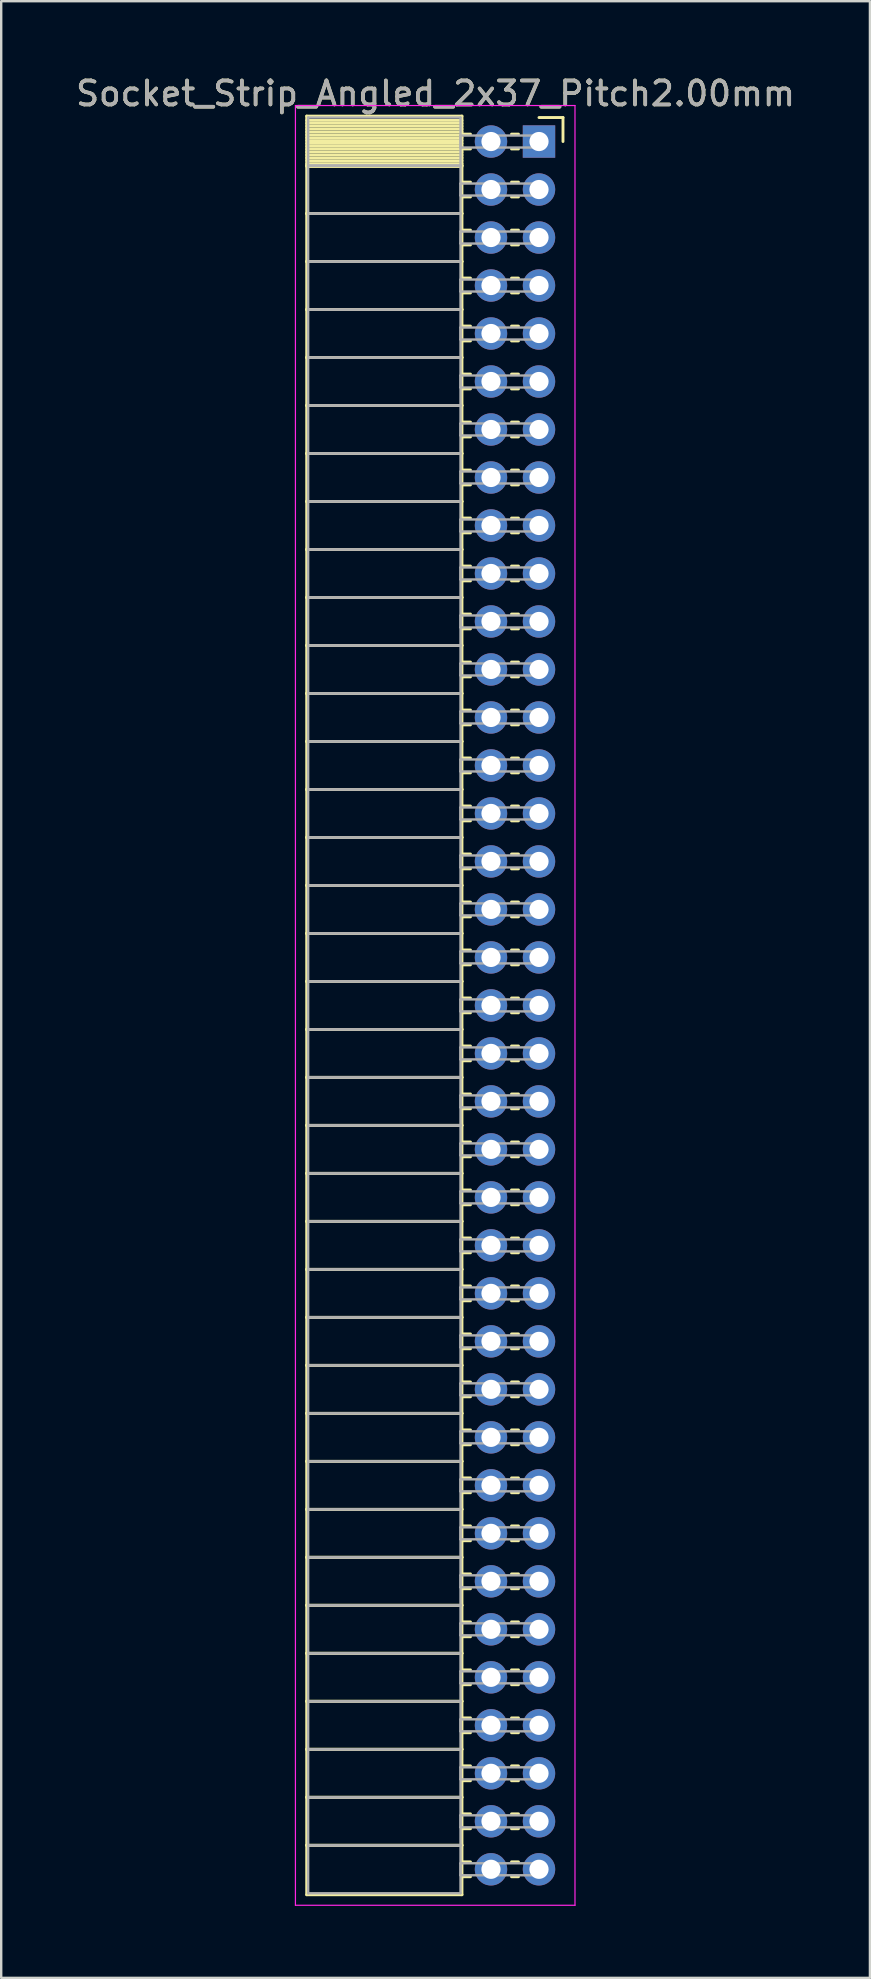
<source format=kicad_pcb>
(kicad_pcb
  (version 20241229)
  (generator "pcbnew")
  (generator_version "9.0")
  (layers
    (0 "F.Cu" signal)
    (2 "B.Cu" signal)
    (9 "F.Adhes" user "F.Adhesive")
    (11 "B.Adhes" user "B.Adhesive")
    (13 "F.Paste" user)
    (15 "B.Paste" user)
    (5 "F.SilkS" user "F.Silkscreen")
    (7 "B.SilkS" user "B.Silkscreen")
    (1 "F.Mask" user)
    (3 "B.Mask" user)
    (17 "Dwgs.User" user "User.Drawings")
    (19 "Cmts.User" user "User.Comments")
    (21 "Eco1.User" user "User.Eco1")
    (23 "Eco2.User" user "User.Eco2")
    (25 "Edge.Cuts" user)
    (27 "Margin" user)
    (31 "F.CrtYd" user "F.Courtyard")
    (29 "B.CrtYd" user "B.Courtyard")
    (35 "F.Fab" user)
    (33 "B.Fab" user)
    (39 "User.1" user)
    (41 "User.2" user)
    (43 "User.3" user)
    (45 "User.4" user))
  (footprint "Socket_Strip_Angled_2x37_Pitch2.00mm"
    (layer "F.Cu")
    (at 19.411 2.848)
    (property "Reference" "Socket_Strip_Angled_2x37_Pitch2.00mm" (at -4.31 -2 0) (layer "F.SilkS") (effects (font (size 1 1) (thickness 0.15))))
    (attr through_hole)
    (fp_line (start -9.68 -1.06) (end -3.21 -1.06) (stroke (width 0.12) (type solid)) (layer "F.SilkS"))
    (fp_line (start -9.68 1) (end -9.68 -1.06) (stroke (width 0.12) (type solid)) (layer "F.SilkS"))
    (fp_line (start -9.68 1) (end -3.21 1) (stroke (width 0.12) (type solid)) (layer "F.SilkS"))
    (fp_line (start -9.68 3) (end -9.68 1) (stroke (width 0.12) (type solid)) (layer "F.SilkS"))
    (fp_line (start -9.68 3) (end -3.21 3) (stroke (width 0.12) (type solid)) (layer "F.SilkS"))
    (fp_line (start -9.68 5) (end -9.68 3) (stroke (width 0.12) (type solid)) (layer "F.SilkS"))
    (fp_line (start -9.68 5) (end -3.21 5) (stroke (width 0.12) (type solid)) (layer "F.SilkS"))
    (fp_line (start -9.68 7) (end -9.68 5) (stroke (width 0.12) (type solid)) (layer "F.SilkS"))
    (fp_line (start -9.68 7) (end -3.21 7) (stroke (width 0.12) (type solid)) (layer "F.SilkS"))
    (fp_line (start -9.68 9) (end -9.68 7) (stroke (width 0.12) (type solid)) (layer "F.SilkS"))
    (fp_line (start -9.68 9) (end -3.21 9) (stroke (width 0.12) (type solid)) (layer "F.SilkS"))
    (fp_line (start -9.68 11) (end -9.68 9) (stroke (width 0.12) (type solid)) (layer "F.SilkS"))
    (fp_line (start -9.68 11) (end -3.21 11) (stroke (width 0.12) (type solid)) (layer "F.SilkS"))
    (fp_line (start -9.68 13) (end -9.68 11) (stroke (width 0.12) (type solid)) (layer "F.SilkS"))
    (fp_line (start -9.68 13) (end -3.21 13) (stroke (width 0.12) (type solid)) (layer "F.SilkS"))
    (fp_line (start -9.68 15) (end -9.68 13) (stroke (width 0.12) (type solid)) (layer "F.SilkS"))
    (fp_line (start -9.68 15) (end -3.21 15) (stroke (width 0.12) (type solid)) (layer "F.SilkS"))
    (fp_line (start -9.68 17) (end -9.68 15) (stroke (width 0.12) (type solid)) (layer "F.SilkS"))
    (fp_line (start -9.68 17) (end -3.21 17) (stroke (width 0.12) (type solid)) (layer "F.SilkS"))
    (fp_line (start -9.68 19) (end -9.68 17) (stroke (width 0.12) (type solid)) (layer "F.SilkS"))
    (fp_line (start -9.68 19) (end -3.21 19) (stroke (width 0.12) (type solid)) (layer "F.SilkS"))
    (fp_line (start -9.68 21) (end -9.68 19) (stroke (width 0.12) (type solid)) (layer "F.SilkS"))
    (fp_line (start -9.68 21) (end -3.21 21) (stroke (width 0.12) (type solid)) (layer "F.SilkS"))
    (fp_line (start -9.68 23) (end -9.68 21) (stroke (width 0.12) (type solid)) (layer "F.SilkS"))
    (fp_line (start -9.68 23) (end -3.21 23) (stroke (width 0.12) (type solid)) (layer "F.SilkS"))
    (fp_line (start -9.68 25) (end -9.68 23) (stroke (width 0.12) (type solid)) (layer "F.SilkS"))
    (fp_line (start -9.68 25) (end -3.21 25) (stroke (width 0.12) (type solid)) (layer "F.SilkS"))
    (fp_line (start -9.68 27) (end -9.68 25) (stroke (width 0.12) (type solid)) (layer "F.SilkS"))
    (fp_line (start -9.68 27) (end -3.21 27) (stroke (width 0.12) (type solid)) (layer "F.SilkS"))
    (fp_line (start -9.68 29) (end -9.68 27) (stroke (width 0.12) (type solid)) (layer "F.SilkS"))
    (fp_line (start -9.68 29) (end -3.21 29) (stroke (width 0.12) (type solid)) (layer "F.SilkS"))
    (fp_line (start -9.68 31) (end -9.68 29) (stroke (width 0.12) (type solid)) (layer "F.SilkS"))
    (fp_line (start -9.68 31) (end -3.21 31) (stroke (width 0.12) (type solid)) (layer "F.SilkS"))
    (fp_line (start -9.68 33) (end -9.68 31) (stroke (width 0.12) (type solid)) (layer "F.SilkS"))
    (fp_line (start -9.68 33) (end -3.21 33) (stroke (width 0.12) (type solid)) (layer "F.SilkS"))
    (fp_line (start -9.68 35) (end -9.68 33) (stroke (width 0.12) (type solid)) (layer "F.SilkS"))
    (fp_line (start -9.68 35) (end -3.21 35) (stroke (width 0.12) (type solid)) (layer "F.SilkS"))
    (fp_line (start -9.68 37) (end -9.68 35) (stroke (width 0.12) (type solid)) (layer "F.SilkS"))
    (fp_line (start -9.68 37) (end -3.21 37) (stroke (width 0.12) (type solid)) (layer "F.SilkS"))
    (fp_line (start -9.68 39) (end -9.68 37) (stroke (width 0.12) (type solid)) (layer "F.SilkS"))
    (fp_line (start -9.68 39) (end -3.21 39) (stroke (width 0.12) (type solid)) (layer "F.SilkS"))
    (fp_line (start -9.68 41) (end -9.68 39) (stroke (width 0.12) (type solid)) (layer "F.SilkS"))
    (fp_line (start -9.68 41) (end -3.21 41) (stroke (width 0.12) (type solid)) (layer "F.SilkS"))
    (fp_line (start -9.68 43) (end -9.68 41) (stroke (width 0.12) (type solid)) (layer "F.SilkS"))
    (fp_line (start -9.68 43) (end -3.21 43) (stroke (width 0.12) (type solid)) (layer "F.SilkS"))
    (fp_line (start -9.68 45) (end -9.68 43) (stroke (width 0.12) (type solid)) (layer "F.SilkS"))
    (fp_line (start -9.68 45) (end -3.21 45) (stroke (width 0.12) (type solid)) (layer "F.SilkS"))
    (fp_line (start -9.68 47) (end -9.68 45) (stroke (width 0.12) (type solid)) (layer "F.SilkS"))
    (fp_line (start -9.68 47) (end -3.21 47) (stroke (width 0.12) (type solid)) (layer "F.SilkS"))
    (fp_line (start -9.68 49) (end -9.68 47) (stroke (width 0.12) (type solid)) (layer "F.SilkS"))
    (fp_line (start -9.68 49) (end -3.21 49) (stroke (width 0.12) (type solid)) (layer "F.SilkS"))
    (fp_line (start -9.68 51) (end -9.68 49) (stroke (width 0.12) (type solid)) (layer "F.SilkS"))
    (fp_line (start -9.68 51) (end -3.21 51) (stroke (width 0.12) (type solid)) (layer "F.SilkS"))
    (fp_line (start -9.68 53) (end -9.68 51) (stroke (width 0.12) (type solid)) (layer "F.SilkS"))
    (fp_line (start -9.68 53) (end -3.21 53) (stroke (width 0.12) (type solid)) (layer "F.SilkS"))
    (fp_line (start -9.68 55) (end -9.68 53) (stroke (width 0.12) (type solid)) (layer "F.SilkS"))
    (fp_line (start -9.68 55) (end -3.21 55) (stroke (width 0.12) (type solid)) (layer "F.SilkS"))
    (fp_line (start -9.68 57) (end -9.68 55) (stroke (width 0.12) (type solid)) (layer "F.SilkS"))
    (fp_line (start -9.68 57) (end -3.21 57) (stroke (width 0.12) (type solid)) (layer "F.SilkS"))
    (fp_line (start -9.68 59) (end -9.68 57) (stroke (width 0.12) (type solid)) (layer "F.SilkS"))
    (fp_line (start -9.68 59) (end -3.21 59) (stroke (width 0.12) (type solid)) (layer "F.SilkS"))
    (fp_line (start -9.68 61) (end -9.68 59) (stroke (width 0.12) (type solid)) (layer "F.SilkS"))
    (fp_line (start -9.68 61) (end -3.21 61) (stroke (width 0.12) (type solid)) (layer "F.SilkS"))
    (fp_line (start -9.68 63) (end -9.68 61) (stroke (width 0.12) (type solid)) (layer "F.SilkS"))
    (fp_line (start -9.68 63) (end -3.21 63) (stroke (width 0.12) (type solid)) (layer "F.SilkS"))
    (fp_line (start -9.68 65) (end -9.68 63) (stroke (width 0.12) (type solid)) (layer "F.SilkS"))
    (fp_line (start -9.68 65) (end -3.21 65) (stroke (width 0.12) (type solid)) (layer "F.SilkS"))
    (fp_line (start -9.68 67) (end -9.68 65) (stroke (width 0.12) (type solid)) (layer "F.SilkS"))
    (fp_line (start -9.68 67) (end -3.21 67) (stroke (width 0.12) (type solid)) (layer "F.SilkS"))
    (fp_line (start -9.68 69) (end -9.68 67) (stroke (width 0.12) (type solid)) (layer "F.SilkS"))
    (fp_line (start -9.68 69) (end -3.21 69) (stroke (width 0.12) (type solid)) (layer "F.SilkS"))
    (fp_line (start -9.68 71) (end -9.68 69) (stroke (width 0.12) (type solid)) (layer "F.SilkS"))
    (fp_line (start -9.68 71) (end -3.21 71) (stroke (width 0.12) (type solid)) (layer "F.SilkS"))
    (fp_line (start -9.68 73.06) (end -9.68 71) (stroke (width 0.12) (type solid)) (layer "F.SilkS"))
    (fp_line (start -3.21 -1.06) (end -3.21 1) (stroke (width 0.12) (type solid)) (layer "F.SilkS"))
    (fp_line (start -3.21 -0.88) (end -9.68 -0.88) (stroke (width 0.12) (type solid)) (layer "F.SilkS"))
    (fp_line (start -3.21 -0.76) (end -9.68 -0.76) (stroke (width 0.12) (type solid)) (layer "F.SilkS"))
    (fp_line (start -3.21 -0.64) (end -9.68 -0.64) (stroke (width 0.12) (type solid)) (layer "F.SilkS"))
    (fp_line (start -3.21 -0.52) (end -9.68 -0.52) (stroke (width 0.12) (type solid)) (layer "F.SilkS"))
    (fp_line (start -3.21 -0.4) (end -9.68 -0.4) (stroke (width 0.12) (type solid)) (layer "F.SilkS"))
    (fp_line (start -3.21 -0.28) (end -9.68 -0.28) (stroke (width 0.12) (type solid)) (layer "F.SilkS"))
    (fp_line (start -3.21 -0.16) (end -9.68 -0.16) (stroke (width 0.12) (type solid)) (layer "F.SilkS"))
    (fp_line (start -3.21 -0.04) (end -9.68 -0.04) (stroke (width 0.12) (type solid)) (layer "F.SilkS"))
    (fp_line (start -3.21 0.08) (end -9.68 0.08) (stroke (width 0.12) (type solid)) (layer "F.SilkS"))
    (fp_line (start -3.21 0.2) (end -9.68 0.2) (stroke (width 0.12) (type solid)) (layer "F.SilkS"))
    (fp_line (start -3.21 0.32) (end -9.68 0.32) (stroke (width 0.12) (type solid)) (layer "F.SilkS"))
    (fp_line (start -3.21 0.44) (end -9.68 0.44) (stroke (width 0.12) (type solid)) (layer "F.SilkS"))
    (fp_line (start -3.21 0.56) (end -9.68 0.56) (stroke (width 0.12) (type solid)) (layer "F.SilkS"))
    (fp_line (start -3.21 0.68) (end -9.68 0.68) (stroke (width 0.12) (type solid)) (layer "F.SilkS"))
    (fp_line (start -3.21 0.8) (end -9.68 0.8) (stroke (width 0.12) (type solid)) (layer "F.SilkS"))
    (fp_line (start -3.21 0.92) (end -9.68 0.92) (stroke (width 0.12) (type solid)) (layer "F.SilkS"))
    (fp_line (start -3.21 1) (end -9.68 1) (stroke (width 0.12) (type solid)) (layer "F.SilkS"))
    (fp_line (start -3.21 1) (end -3.21 3) (stroke (width 0.12) (type solid)) (layer "F.SilkS"))
    (fp_line (start -3.21 1.04) (end -9.68 1.04) (stroke (width 0.12) (type solid)) (layer "F.SilkS"))
    (fp_line (start -3.21 3) (end -9.68 3) (stroke (width 0.12) (type solid)) (layer "F.SilkS"))
    (fp_line (start -3.21 3) (end -3.21 5) (stroke (width 0.12) (type solid)) (layer "F.SilkS"))
    (fp_line (start -3.21 5) (end -9.68 5) (stroke (width 0.12) (type solid)) (layer "F.SilkS"))
    (fp_line (start -3.21 5) (end -3.21 7) (stroke (width 0.12) (type solid)) (layer "F.SilkS"))
    (fp_line (start -3.21 7) (end -9.68 7) (stroke (width 0.12) (type solid)) (layer "F.SilkS"))
    (fp_line (start -3.21 7) (end -3.21 9) (stroke (width 0.12) (type solid)) (layer "F.SilkS"))
    (fp_line (start -3.21 9) (end -9.68 9) (stroke (width 0.12) (type solid)) (layer "F.SilkS"))
    (fp_line (start -3.21 9) (end -3.21 11) (stroke (width 0.12) (type solid)) (layer "F.SilkS"))
    (fp_line (start -3.21 11) (end -9.68 11) (stroke (width 0.12) (type solid)) (layer "F.SilkS"))
    (fp_line (start -3.21 11) (end -3.21 13) (stroke (width 0.12) (type solid)) (layer "F.SilkS"))
    (fp_line (start -3.21 13) (end -9.68 13) (stroke (width 0.12) (type solid)) (layer "F.SilkS"))
    (fp_line (start -3.21 13) (end -3.21 15) (stroke (width 0.12) (type solid)) (layer "F.SilkS"))
    (fp_line (start -3.21 15) (end -9.68 15) (stroke (width 0.12) (type solid)) (layer "F.SilkS"))
    (fp_line (start -3.21 15) (end -3.21 17) (stroke (width 0.12) (type solid)) (layer "F.SilkS"))
    (fp_line (start -3.21 17) (end -9.68 17) (stroke (width 0.12) (type solid)) (layer "F.SilkS"))
    (fp_line (start -3.21 17) (end -3.21 19) (stroke (width 0.12) (type solid)) (layer "F.SilkS"))
    (fp_line (start -3.21 19) (end -9.68 19) (stroke (width 0.12) (type solid)) (layer "F.SilkS"))
    (fp_line (start -3.21 19) (end -3.21 21) (stroke (width 0.12) (type solid)) (layer "F.SilkS"))
    (fp_line (start -3.21 21) (end -9.68 21) (stroke (width 0.12) (type solid)) (layer "F.SilkS"))
    (fp_line (start -3.21 21) (end -3.21 23) (stroke (width 0.12) (type solid)) (layer "F.SilkS"))
    (fp_line (start -3.21 23) (end -9.68 23) (stroke (width 0.12) (type solid)) (layer "F.SilkS"))
    (fp_line (start -3.21 23) (end -3.21 25) (stroke (width 0.12) (type solid)) (layer "F.SilkS"))
    (fp_line (start -3.21 25) (end -9.68 25) (stroke (width 0.12) (type solid)) (layer "F.SilkS"))
    (fp_line (start -3.21 25) (end -3.21 27) (stroke (width 0.12) (type solid)) (layer "F.SilkS"))
    (fp_line (start -3.21 27) (end -9.68 27) (stroke (width 0.12) (type solid)) (layer "F.SilkS"))
    (fp_line (start -3.21 27) (end -3.21 29) (stroke (width 0.12) (type solid)) (layer "F.SilkS"))
    (fp_line (start -3.21 29) (end -9.68 29) (stroke (width 0.12) (type solid)) (layer "F.SilkS"))
    (fp_line (start -3.21 29) (end -3.21 31) (stroke (width 0.12) (type solid)) (layer "F.SilkS"))
    (fp_line (start -3.21 31) (end -9.68 31) (stroke (width 0.12) (type solid)) (layer "F.SilkS"))
    (fp_line (start -3.21 31) (end -3.21 33) (stroke (width 0.12) (type solid)) (layer "F.SilkS"))
    (fp_line (start -3.21 33) (end -9.68 33) (stroke (width 0.12) (type solid)) (layer "F.SilkS"))
    (fp_line (start -3.21 33) (end -3.21 35) (stroke (width 0.12) (type solid)) (layer "F.SilkS"))
    (fp_line (start -3.21 35) (end -9.68 35) (stroke (width 0.12) (type solid)) (layer "F.SilkS"))
    (fp_line (start -3.21 35) (end -3.21 37) (stroke (width 0.12) (type solid)) (layer "F.SilkS"))
    (fp_line (start -3.21 37) (end -9.68 37) (stroke (width 0.12) (type solid)) (layer "F.SilkS"))
    (fp_line (start -3.21 37) (end -3.21 39) (stroke (width 0.12) (type solid)) (layer "F.SilkS"))
    (fp_line (start -3.21 39) (end -9.68 39) (stroke (width 0.12) (type solid)) (layer "F.SilkS"))
    (fp_line (start -3.21 39) (end -3.21 41) (stroke (width 0.12) (type solid)) (layer "F.SilkS"))
    (fp_line (start -3.21 41) (end -9.68 41) (stroke (width 0.12) (type solid)) (layer "F.SilkS"))
    (fp_line (start -3.21 41) (end -3.21 43) (stroke (width 0.12) (type solid)) (layer "F.SilkS"))
    (fp_line (start -3.21 43) (end -9.68 43) (stroke (width 0.12) (type solid)) (layer "F.SilkS"))
    (fp_line (start -3.21 43) (end -3.21 45) (stroke (width 0.12) (type solid)) (layer "F.SilkS"))
    (fp_line (start -3.21 45) (end -9.68 45) (stroke (width 0.12) (type solid)) (layer "F.SilkS"))
    (fp_line (start -3.21 45) (end -3.21 47) (stroke (width 0.12) (type solid)) (layer "F.SilkS"))
    (fp_line (start -3.21 47) (end -9.68 47) (stroke (width 0.12) (type solid)) (layer "F.SilkS"))
    (fp_line (start -3.21 47) (end -3.21 49) (stroke (width 0.12) (type solid)) (layer "F.SilkS"))
    (fp_line (start -3.21 49) (end -9.68 49) (stroke (width 0.12) (type solid)) (layer "F.SilkS"))
    (fp_line (start -3.21 49) (end -3.21 51) (stroke (width 0.12) (type solid)) (layer "F.SilkS"))
    (fp_line (start -3.21 51) (end -9.68 51) (stroke (width 0.12) (type solid)) (layer "F.SilkS"))
    (fp_line (start -3.21 51) (end -3.21 53) (stroke (width 0.12) (type solid)) (layer "F.SilkS"))
    (fp_line (start -3.21 53) (end -9.68 53) (stroke (width 0.12) (type solid)) (layer "F.SilkS"))
    (fp_line (start -3.21 53) (end -3.21 55) (stroke (width 0.12) (type solid)) (layer "F.SilkS"))
    (fp_line (start -3.21 55) (end -9.68 55) (stroke (width 0.12) (type solid)) (layer "F.SilkS"))
    (fp_line (start -3.21 55) (end -3.21 57) (stroke (width 0.12) (type solid)) (layer "F.SilkS"))
    (fp_line (start -3.21 57) (end -9.68 57) (stroke (width 0.12) (type solid)) (layer "F.SilkS"))
    (fp_line (start -3.21 57) (end -3.21 59) (stroke (width 0.12) (type solid)) (layer "F.SilkS"))
    (fp_line (start -3.21 59) (end -9.68 59) (stroke (width 0.12) (type solid)) (layer "F.SilkS"))
    (fp_line (start -3.21 59) (end -3.21 61) (stroke (width 0.12) (type solid)) (layer "F.SilkS"))
    (fp_line (start -3.21 61) (end -9.68 61) (stroke (width 0.12) (type solid)) (layer "F.SilkS"))
    (fp_line (start -3.21 61) (end -3.21 63) (stroke (width 0.12) (type solid)) (layer "F.SilkS"))
    (fp_line (start -3.21 63) (end -9.68 63) (stroke (width 0.12) (type solid)) (layer "F.SilkS"))
    (fp_line (start -3.21 63) (end -3.21 65) (stroke (width 0.12) (type solid)) (layer "F.SilkS"))
    (fp_line (start -3.21 65) (end -9.68 65) (stroke (width 0.12) (type solid)) (layer "F.SilkS"))
    (fp_line (start -3.21 65) (end -3.21 67) (stroke (width 0.12) (type solid)) (layer "F.SilkS"))
    (fp_line (start -3.21 67) (end -9.68 67) (stroke (width 0.12) (type solid)) (layer "F.SilkS"))
    (fp_line (start -3.21 67) (end -3.21 69) (stroke (width 0.12) (type solid)) (layer "F.SilkS"))
    (fp_line (start -3.21 69) (end -9.68 69) (stroke (width 0.12) (type solid)) (layer "F.SilkS"))
    (fp_line (start -3.21 69) (end -3.21 71) (stroke (width 0.12) (type solid)) (layer "F.SilkS"))
    (fp_line (start -3.21 71) (end -9.68 71) (stroke (width 0.12) (type solid)) (layer "F.SilkS"))
    (fp_line (start -3.21 71) (end -3.21 73.06) (stroke (width 0.12) (type solid)) (layer "F.SilkS"))
    (fp_line (start -3.21 73.06) (end -9.68 73.06) (stroke (width 0.12) (type solid)) (layer "F.SilkS"))
    (fp_line (start -2.855 -0.31) (end -3.21 -0.31) (stroke (width 0.12) (type solid)) (layer "F.SilkS"))
    (fp_line (start -2.855 0.31) (end -3.21 0.31) (stroke (width 0.12) (type solid)) (layer "F.SilkS"))
    (fp_line (start -2.855 1.69) (end -3.21 1.69) (stroke (width 0.12) (type solid)) (layer "F.SilkS"))
    (fp_line (start -2.855 2.31) (end -3.21 2.31) (stroke (width 0.12) (type solid)) (layer "F.SilkS"))
    (fp_line (start -2.855 3.69) (end -3.21 3.69) (stroke (width 0.12) (type solid)) (layer "F.SilkS"))
    (fp_line (start -2.855 4.31) (end -3.21 4.31) (stroke (width 0.12) (type solid)) (layer "F.SilkS"))
    (fp_line (start -2.855 5.69) (end -3.21 5.69) (stroke (width 0.12) (type solid)) (layer "F.SilkS"))
    (fp_line (start -2.855 6.31) (end -3.21 6.31) (stroke (width 0.12) (type solid)) (layer "F.SilkS"))
    (fp_line (start -2.855 7.69) (end -3.21 7.69) (stroke (width 0.12) (type solid)) (layer "F.SilkS"))
    (fp_line (start -2.855 8.31) (end -3.21 8.31) (stroke (width 0.12) (type solid)) (layer "F.SilkS"))
    (fp_line (start -2.855 9.69) (end -3.21 9.69) (stroke (width 0.12) (type solid)) (layer "F.SilkS"))
    (fp_line (start -2.855 10.31) (end -3.21 10.31) (stroke (width 0.12) (type solid)) (layer "F.SilkS"))
    (fp_line (start -2.855 11.69) (end -3.21 11.69) (stroke (width 0.12) (type solid)) (layer "F.SilkS"))
    (fp_line (start -2.855 12.31) (end -3.21 12.31) (stroke (width 0.12) (type solid)) (layer "F.SilkS"))
    (fp_line (start -2.855 13.69) (end -3.21 13.69) (stroke (width 0.12) (type solid)) (layer "F.SilkS"))
    (fp_line (start -2.855 14.31) (end -3.21 14.31) (stroke (width 0.12) (type solid)) (layer "F.SilkS"))
    (fp_line (start -2.855 15.69) (end -3.21 15.69) (stroke (width 0.12) (type solid)) (layer "F.SilkS"))
    (fp_line (start -2.855 16.31) (end -3.21 16.31) (stroke (width 0.12) (type solid)) (layer "F.SilkS"))
    (fp_line (start -2.855 17.69) (end -3.21 17.69) (stroke (width 0.12) (type solid)) (layer "F.SilkS"))
    (fp_line (start -2.855 18.31) (end -3.21 18.31) (stroke (width 0.12) (type solid)) (layer "F.SilkS"))
    (fp_line (start -2.855 19.69) (end -3.21 19.69) (stroke (width 0.12) (type solid)) (layer "F.SilkS"))
    (fp_line (start -2.855 20.31) (end -3.21 20.31) (stroke (width 0.12) (type solid)) (layer "F.SilkS"))
    (fp_line (start -2.855 21.69) (end -3.21 21.69) (stroke (width 0.12) (type solid)) (layer "F.SilkS"))
    (fp_line (start -2.855 22.31) (end -3.21 22.31) (stroke (width 0.12) (type solid)) (layer "F.SilkS"))
    (fp_line (start -2.855 23.69) (end -3.21 23.69) (stroke (width 0.12) (type solid)) (layer "F.SilkS"))
    (fp_line (start -2.855 24.31) (end -3.21 24.31) (stroke (width 0.12) (type solid)) (layer "F.SilkS"))
    (fp_line (start -2.855 25.69) (end -3.21 25.69) (stroke (width 0.12) (type solid)) (layer "F.SilkS"))
    (fp_line (start -2.855 26.31) (end -3.21 26.31) (stroke (width 0.12) (type solid)) (layer "F.SilkS"))
    (fp_line (start -2.855 27.69) (end -3.21 27.69) (stroke (width 0.12) (type solid)) (layer "F.SilkS"))
    (fp_line (start -2.855 28.31) (end -3.21 28.31) (stroke (width 0.12) (type solid)) (layer "F.SilkS"))
    (fp_line (start -2.855 29.69) (end -3.21 29.69) (stroke (width 0.12) (type solid)) (layer "F.SilkS"))
    (fp_line (start -2.855 30.31) (end -3.21 30.31) (stroke (width 0.12) (type solid)) (layer "F.SilkS"))
    (fp_line (start -2.855 31.69) (end -3.21 31.69) (stroke (width 0.12) (type solid)) (layer "F.SilkS"))
    (fp_line (start -2.855 32.31) (end -3.21 32.31) (stroke (width 0.12) (type solid)) (layer "F.SilkS"))
    (fp_line (start -2.855 33.69) (end -3.21 33.69) (stroke (width 0.12) (type solid)) (layer "F.SilkS"))
    (fp_line (start -2.855 34.31) (end -3.21 34.31) (stroke (width 0.12) (type solid)) (layer "F.SilkS"))
    (fp_line (start -2.855 35.69) (end -3.21 35.69) (stroke (width 0.12) (type solid)) (layer "F.SilkS"))
    (fp_line (start -2.855 36.31) (end -3.21 36.31) (stroke (width 0.12) (type solid)) (layer "F.SilkS"))
    (fp_line (start -2.855 37.69) (end -3.21 37.69) (stroke (width 0.12) (type solid)) (layer "F.SilkS"))
    (fp_line (start -2.855 38.31) (end -3.21 38.31) (stroke (width 0.12) (type solid)) (layer "F.SilkS"))
    (fp_line (start -2.855 39.69) (end -3.21 39.69) (stroke (width 0.12) (type solid)) (layer "F.SilkS"))
    (fp_line (start -2.855 40.31) (end -3.21 40.31) (stroke (width 0.12) (type solid)) (layer "F.SilkS"))
    (fp_line (start -2.855 41.69) (end -3.21 41.69) (stroke (width 0.12) (type solid)) (layer "F.SilkS"))
    (fp_line (start -2.855 42.31) (end -3.21 42.31) (stroke (width 0.12) (type solid)) (layer "F.SilkS"))
    (fp_line (start -2.855 43.69) (end -3.21 43.69) (stroke (width 0.12) (type solid)) (layer "F.SilkS"))
    (fp_line (start -2.855 44.31) (end -3.21 44.31) (stroke (width 0.12) (type solid)) (layer "F.SilkS"))
    (fp_line (start -2.855 45.69) (end -3.21 45.69) (stroke (width 0.12) (type solid)) (layer "F.SilkS"))
    (fp_line (start -2.855 46.31) (end -3.21 46.31) (stroke (width 0.12) (type solid)) (layer "F.SilkS"))
    (fp_line (start -2.855 47.69) (end -3.21 47.69) (stroke (width 0.12) (type solid)) (layer "F.SilkS"))
    (fp_line (start -2.855 48.31) (end -3.21 48.31) (stroke (width 0.12) (type solid)) (layer "F.SilkS"))
    (fp_line (start -2.855 49.69) (end -3.21 49.69) (stroke (width 0.12) (type solid)) (layer "F.SilkS"))
    (fp_line (start -2.855 50.31) (end -3.21 50.31) (stroke (width 0.12) (type solid)) (layer "F.SilkS"))
    (fp_line (start -2.855 51.69) (end -3.21 51.69) (stroke (width 0.12) (type solid)) (layer "F.SilkS"))
    (fp_line (start -2.855 52.31) (end -3.21 52.31) (stroke (width 0.12) (type solid)) (layer "F.SilkS"))
    (fp_line (start -2.855 53.69) (end -3.21 53.69) (stroke (width 0.12) (type solid)) (layer "F.SilkS"))
    (fp_line (start -2.855 54.31) (end -3.21 54.31) (stroke (width 0.12) (type solid)) (layer "F.SilkS"))
    (fp_line (start -2.855 55.69) (end -3.21 55.69) (stroke (width 0.12) (type solid)) (layer "F.SilkS"))
    (fp_line (start -2.855 56.31) (end -3.21 56.31) (stroke (width 0.12) (type solid)) (layer "F.SilkS"))
    (fp_line (start -2.855 57.69) (end -3.21 57.69) (stroke (width 0.12) (type solid)) (layer "F.SilkS"))
    (fp_line (start -2.855 58.31) (end -3.21 58.31) (stroke (width 0.12) (type solid)) (layer "F.SilkS"))
    (fp_line (start -2.855 59.69) (end -3.21 59.69) (stroke (width 0.12) (type solid)) (layer "F.SilkS"))
    (fp_line (start -2.855 60.31) (end -3.21 60.31) (stroke (width 0.12) (type solid)) (layer "F.SilkS"))
    (fp_line (start -2.855 61.69) (end -3.21 61.69) (stroke (width 0.12) (type solid)) (layer "F.SilkS"))
    (fp_line (start -2.855 62.31) (end -3.21 62.31) (stroke (width 0.12) (type solid)) (layer "F.SilkS"))
    (fp_line (start -2.855 63.69) (end -3.21 63.69) (stroke (width 0.12) (type solid)) (layer "F.SilkS"))
    (fp_line (start -2.855 64.31) (end -3.21 64.31) (stroke (width 0.12) (type solid)) (layer "F.SilkS"))
    (fp_line (start -2.855 65.69) (end -3.21 65.69) (stroke (width 0.12) (type solid)) (layer "F.SilkS"))
    (fp_line (start -2.855 66.31) (end -3.21 66.31) (stroke (width 0.12) (type solid)) (layer "F.SilkS"))
    (fp_line (start -2.855 67.69) (end -3.21 67.69) (stroke (width 0.12) (type solid)) (layer "F.SilkS"))
    (fp_line (start -2.855 68.31) (end -3.21 68.31) (stroke (width 0.12) (type solid)) (layer "F.SilkS"))
    (fp_line (start -2.855 69.69) (end -3.21 69.69) (stroke (width 0.12) (type solid)) (layer "F.SilkS"))
    (fp_line (start -2.855 70.31) (end -3.21 70.31) (stroke (width 0.12) (type solid)) (layer "F.SilkS"))
    (fp_line (start -2.855 71.69) (end -3.21 71.69) (stroke (width 0.12) (type solid)) (layer "F.SilkS"))
    (fp_line (start -2.855 72.31) (end -3.21 72.31) (stroke (width 0.12) (type solid)) (layer "F.SilkS"))
    (fp_line (start -0.855 -0.31) (end -1.145 -0.31) (stroke (width 0.12) (type solid)) (layer "F.SilkS"))
    (fp_line (start -0.855 0.31) (end -1.145 0.31) (stroke (width 0.12) (type solid)) (layer "F.SilkS"))
    (fp_line (start -0.855 1.69) (end -1.145 1.69) (stroke (width 0.12) (type solid)) (layer "F.SilkS"))
    (fp_line (start -0.855 2.31) (end -1.145 2.31) (stroke (width 0.12) (type solid)) (layer "F.SilkS"))
    (fp_line (start -0.855 3.69) (end -1.145 3.69) (stroke (width 0.12) (type solid)) (layer "F.SilkS"))
    (fp_line (start -0.855 4.31) (end -1.145 4.31) (stroke (width 0.12) (type solid)) (layer "F.SilkS"))
    (fp_line (start -0.855 5.69) (end -1.145 5.69) (stroke (width 0.12) (type solid)) (layer "F.SilkS"))
    (fp_line (start -0.855 6.31) (end -1.145 6.31) (stroke (width 0.12) (type solid)) (layer "F.SilkS"))
    (fp_line (start -0.855 7.69) (end -1.145 7.69) (stroke (width 0.12) (type solid)) (layer "F.SilkS"))
    (fp_line (start -0.855 8.31) (end -1.145 8.31) (stroke (width 0.12) (type solid)) (layer "F.SilkS"))
    (fp_line (start -0.855 9.69) (end -1.145 9.69) (stroke (width 0.12) (type solid)) (layer "F.SilkS"))
    (fp_line (start -0.855 10.31) (end -1.145 10.31) (stroke (width 0.12) (type solid)) (layer "F.SilkS"))
    (fp_line (start -0.855 11.69) (end -1.145 11.69) (stroke (width 0.12) (type solid)) (layer "F.SilkS"))
    (fp_line (start -0.855 12.31) (end -1.145 12.31) (stroke (width 0.12) (type solid)) (layer "F.SilkS"))
    (fp_line (start -0.855 13.69) (end -1.145 13.69) (stroke (width 0.12) (type solid)) (layer "F.SilkS"))
    (fp_line (start -0.855 14.31) (end -1.145 14.31) (stroke (width 0.12) (type solid)) (layer "F.SilkS"))
    (fp_line (start -0.855 15.69) (end -1.145 15.69) (stroke (width 0.12) (type solid)) (layer "F.SilkS"))
    (fp_line (start -0.855 16.31) (end -1.145 16.31) (stroke (width 0.12) (type solid)) (layer "F.SilkS"))
    (fp_line (start -0.855 17.69) (end -1.145 17.69) (stroke (width 0.12) (type solid)) (layer "F.SilkS"))
    (fp_line (start -0.855 18.31) (end -1.145 18.31) (stroke (width 0.12) (type solid)) (layer "F.SilkS"))
    (fp_line (start -0.855 19.69) (end -1.145 19.69) (stroke (width 0.12) (type solid)) (layer "F.SilkS"))
    (fp_line (start -0.855 20.31) (end -1.145 20.31) (stroke (width 0.12) (type solid)) (layer "F.SilkS"))
    (fp_line (start -0.855 21.69) (end -1.145 21.69) (stroke (width 0.12) (type solid)) (layer "F.SilkS"))
    (fp_line (start -0.855 22.31) (end -1.145 22.31) (stroke (width 0.12) (type solid)) (layer "F.SilkS"))
    (fp_line (start -0.855 23.69) (end -1.145 23.69) (stroke (width 0.12) (type solid)) (layer "F.SilkS"))
    (fp_line (start -0.855 24.31) (end -1.145 24.31) (stroke (width 0.12) (type solid)) (layer "F.SilkS"))
    (fp_line (start -0.855 25.69) (end -1.145 25.69) (stroke (width 0.12) (type solid)) (layer "F.SilkS"))
    (fp_line (start -0.855 26.31) (end -1.145 26.31) (stroke (width 0.12) (type solid)) (layer "F.SilkS"))
    (fp_line (start -0.855 27.69) (end -1.145 27.69) (stroke (width 0.12) (type solid)) (layer "F.SilkS"))
    (fp_line (start -0.855 28.31) (end -1.145 28.31) (stroke (width 0.12) (type solid)) (layer "F.SilkS"))
    (fp_line (start -0.855 29.69) (end -1.145 29.69) (stroke (width 0.12) (type solid)) (layer "F.SilkS"))
    (fp_line (start -0.855 30.31) (end -1.145 30.31) (stroke (width 0.12) (type solid)) (layer "F.SilkS"))
    (fp_line (start -0.855 31.69) (end -1.145 31.69) (stroke (width 0.12) (type solid)) (layer "F.SilkS"))
    (fp_line (start -0.855 32.31) (end -1.145 32.31) (stroke (width 0.12) (type solid)) (layer "F.SilkS"))
    (fp_line (start -0.855 33.69) (end -1.145 33.69) (stroke (width 0.12) (type solid)) (layer "F.SilkS"))
    (fp_line (start -0.855 34.31) (end -1.145 34.31) (stroke (width 0.12) (type solid)) (layer "F.SilkS"))
    (fp_line (start -0.855 35.69) (end -1.145 35.69) (stroke (width 0.12) (type solid)) (layer "F.SilkS"))
    (fp_line (start -0.855 36.31) (end -1.145 36.31) (stroke (width 0.12) (type solid)) (layer "F.SilkS"))
    (fp_line (start -0.855 37.69) (end -1.145 37.69) (stroke (width 0.12) (type solid)) (layer "F.SilkS"))
    (fp_line (start -0.855 38.31) (end -1.145 38.31) (stroke (width 0.12) (type solid)) (layer "F.SilkS"))
    (fp_line (start -0.855 39.69) (end -1.145 39.69) (stroke (width 0.12) (type solid)) (layer "F.SilkS"))
    (fp_line (start -0.855 40.31) (end -1.145 40.31) (stroke (width 0.12) (type solid)) (layer "F.SilkS"))
    (fp_line (start -0.855 41.69) (end -1.145 41.69) (stroke (width 0.12) (type solid)) (layer "F.SilkS"))
    (fp_line (start -0.855 42.31) (end -1.145 42.31) (stroke (width 0.12) (type solid)) (layer "F.SilkS"))
    (fp_line (start -0.855 43.69) (end -1.145 43.69) (stroke (width 0.12) (type solid)) (layer "F.SilkS"))
    (fp_line (start -0.855 44.31) (end -1.145 44.31) (stroke (width 0.12) (type solid)) (layer "F.SilkS"))
    (fp_line (start -0.855 45.69) (end -1.145 45.69) (stroke (width 0.12) (type solid)) (layer "F.SilkS"))
    (fp_line (start -0.855 46.31) (end -1.145 46.31) (stroke (width 0.12) (type solid)) (layer "F.SilkS"))
    (fp_line (start -0.855 47.69) (end -1.145 47.69) (stroke (width 0.12) (type solid)) (layer "F.SilkS"))
    (fp_line (start -0.855 48.31) (end -1.145 48.31) (stroke (width 0.12) (type solid)) (layer "F.SilkS"))
    (fp_line (start -0.855 49.69) (end -1.145 49.69) (stroke (width 0.12) (type solid)) (layer "F.SilkS"))
    (fp_line (start -0.855 50.31) (end -1.145 50.31) (stroke (width 0.12) (type solid)) (layer "F.SilkS"))
    (fp_line (start -0.855 51.69) (end -1.145 51.69) (stroke (width 0.12) (type solid)) (layer "F.SilkS"))
    (fp_line (start -0.855 52.31) (end -1.145 52.31) (stroke (width 0.12) (type solid)) (layer "F.SilkS"))
    (fp_line (start -0.855 53.69) (end -1.145 53.69) (stroke (width 0.12) (type solid)) (layer "F.SilkS"))
    (fp_line (start -0.855 54.31) (end -1.145 54.31) (stroke (width 0.12) (type solid)) (layer "F.SilkS"))
    (fp_line (start -0.855 55.69) (end -1.145 55.69) (stroke (width 0.12) (type solid)) (layer "F.SilkS"))
    (fp_line (start -0.855 56.31) (end -1.145 56.31) (stroke (width 0.12) (type solid)) (layer "F.SilkS"))
    (fp_line (start -0.855 57.69) (end -1.145 57.69) (stroke (width 0.12) (type solid)) (layer "F.SilkS"))
    (fp_line (start -0.855 58.31) (end -1.145 58.31) (stroke (width 0.12) (type solid)) (layer "F.SilkS"))
    (fp_line (start -0.855 59.69) (end -1.145 59.69) (stroke (width 0.12) (type solid)) (layer "F.SilkS"))
    (fp_line (start -0.855 60.31) (end -1.145 60.31) (stroke (width 0.12) (type solid)) (layer "F.SilkS"))
    (fp_line (start -0.855 61.69) (end -1.145 61.69) (stroke (width 0.12) (type solid)) (layer "F.SilkS"))
    (fp_line (start -0.855 62.31) (end -1.145 62.31) (stroke (width 0.12) (type solid)) (layer "F.SilkS"))
    (fp_line (start -0.855 63.69) (end -1.145 63.69) (stroke (width 0.12) (type solid)) (layer "F.SilkS"))
    (fp_line (start -0.855 64.31) (end -1.145 64.31) (stroke (width 0.12) (type solid)) (layer "F.SilkS"))
    (fp_line (start -0.855 65.69) (end -1.145 65.69) (stroke (width 0.12) (type solid)) (layer "F.SilkS"))
    (fp_line (start -0.855 66.31) (end -1.145 66.31) (stroke (width 0.12) (type solid)) (layer "F.SilkS"))
    (fp_line (start -0.855 67.69) (end -1.145 67.69) (stroke (width 0.12) (type solid)) (layer "F.SilkS"))
    (fp_line (start -0.855 68.31) (end -1.145 68.31) (stroke (width 0.12) (type solid)) (layer "F.SilkS"))
    (fp_line (start -0.855 69.69) (end -1.145 69.69) (stroke (width 0.12) (type solid)) (layer "F.SilkS"))
    (fp_line (start -0.855 70.31) (end -1.145 70.31) (stroke (width 0.12) (type solid)) (layer "F.SilkS"))
    (fp_line (start -0.855 71.69) (end -1.145 71.69) (stroke (width 0.12) (type solid)) (layer "F.SilkS"))
    (fp_line (start -0.855 72.31) (end -1.145 72.31) (stroke (width 0.12) (type solid)) (layer "F.SilkS"))
    (fp_line (start 0 -1) (end 1 -1) (stroke (width 0.12) (type solid)) (layer "F.SilkS"))
    (fp_line (start 1 -1) (end 1 0) (stroke (width 0.12) (type solid)) (layer "F.SilkS"))
    (fp_line (start -10.15 -1.5) (end 1.5 -1.5) (stroke (width 0.05) (type solid)) (layer "F.CrtYd"))
    (fp_line (start -10.15 73.5) (end -10.15 -1.5) (stroke (width 0.05) (type solid)) (layer "F.CrtYd"))
    (fp_line (start 1.5 -1.5) (end 1.5 73.5) (stroke (width 0.05) (type solid)) (layer "F.CrtYd"))
    (fp_line (start 1.5 73.5) (end -10.15 73.5) (stroke (width 0.05) (type solid)) (layer "F.CrtYd"))
    (fp_line (start -9.62 -1) (end -3.27 -1) (stroke (width 0.1) (type solid)) (layer "F.Fab"))
    (fp_line (start -9.62 1) (end -9.62 -1) (stroke (width 0.1) (type solid)) (layer "F.Fab"))
    (fp_line (start -9.62 1) (end -3.27 1) (stroke (width 0.1) (type solid)) (layer "F.Fab"))
    (fp_line (start -9.62 3) (end -9.62 1) (stroke (width 0.1) (type solid)) (layer "F.Fab"))
    (fp_line (start -9.62 3) (end -3.27 3) (stroke (width 0.1) (type solid)) (layer "F.Fab"))
    (fp_line (start -9.62 5) (end -9.62 3) (stroke (width 0.1) (type solid)) (layer "F.Fab"))
    (fp_line (start -9.62 5) (end -3.27 5) (stroke (width 0.1) (type solid)) (layer "F.Fab"))
    (fp_line (start -9.62 7) (end -9.62 5) (stroke (width 0.1) (type solid)) (layer "F.Fab"))
    (fp_line (start -9.62 7) (end -3.27 7) (stroke (width 0.1) (type solid)) (layer "F.Fab"))
    (fp_line (start -9.62 9) (end -9.62 7) (stroke (width 0.1) (type solid)) (layer "F.Fab"))
    (fp_line (start -9.62 9) (end -3.27 9) (stroke (width 0.1) (type solid)) (layer "F.Fab"))
    (fp_line (start -9.62 11) (end -9.62 9) (stroke (width 0.1) (type solid)) (layer "F.Fab"))
    (fp_line (start -9.62 11) (end -3.27 11) (stroke (width 0.1) (type solid)) (layer "F.Fab"))
    (fp_line (start -9.62 13) (end -9.62 11) (stroke (width 0.1) (type solid)) (layer "F.Fab"))
    (fp_line (start -9.62 13) (end -3.27 13) (stroke (width 0.1) (type solid)) (layer "F.Fab"))
    (fp_line (start -9.62 15) (end -9.62 13) (stroke (width 0.1) (type solid)) (layer "F.Fab"))
    (fp_line (start -9.62 15) (end -3.27 15) (stroke (width 0.1) (type solid)) (layer "F.Fab"))
    (fp_line (start -9.62 17) (end -9.62 15) (stroke (width 0.1) (type solid)) (layer "F.Fab"))
    (fp_line (start -9.62 17) (end -3.27 17) (stroke (width 0.1) (type solid)) (layer "F.Fab"))
    (fp_line (start -9.62 19) (end -9.62 17) (stroke (width 0.1) (type solid)) (layer "F.Fab"))
    (fp_line (start -9.62 19) (end -3.27 19) (stroke (width 0.1) (type solid)) (layer "F.Fab"))
    (fp_line (start -9.62 21) (end -9.62 19) (stroke (width 0.1) (type solid)) (layer "F.Fab"))
    (fp_line (start -9.62 21) (end -3.27 21) (stroke (width 0.1) (type solid)) (layer "F.Fab"))
    (fp_line (start -9.62 23) (end -9.62 21) (stroke (width 0.1) (type solid)) (layer "F.Fab"))
    (fp_line (start -9.62 23) (end -3.27 23) (stroke (width 0.1) (type solid)) (layer "F.Fab"))
    (fp_line (start -9.62 25) (end -9.62 23) (stroke (width 0.1) (type solid)) (layer "F.Fab"))
    (fp_line (start -9.62 25) (end -3.27 25) (stroke (width 0.1) (type solid)) (layer "F.Fab"))
    (fp_line (start -9.62 27) (end -9.62 25) (stroke (width 0.1) (type solid)) (layer "F.Fab"))
    (fp_line (start -9.62 27) (end -3.27 27) (stroke (width 0.1) (type solid)) (layer "F.Fab"))
    (fp_line (start -9.62 29) (end -9.62 27) (stroke (width 0.1) (type solid)) (layer "F.Fab"))
    (fp_line (start -9.62 29) (end -3.27 29) (stroke (width 0.1) (type solid)) (layer "F.Fab"))
    (fp_line (start -9.62 31) (end -9.62 29) (stroke (width 0.1) (type solid)) (layer "F.Fab"))
    (fp_line (start -9.62 31) (end -3.27 31) (stroke (width 0.1) (type solid)) (layer "F.Fab"))
    (fp_line (start -9.62 33) (end -9.62 31) (stroke (width 0.1) (type solid)) (layer "F.Fab"))
    (fp_line (start -9.62 33) (end -3.27 33) (stroke (width 0.1) (type solid)) (layer "F.Fab"))
    (fp_line (start -9.62 35) (end -9.62 33) (stroke (width 0.1) (type solid)) (layer "F.Fab"))
    (fp_line (start -9.62 35) (end -3.27 35) (stroke (width 0.1) (type solid)) (layer "F.Fab"))
    (fp_line (start -9.62 37) (end -9.62 35) (stroke (width 0.1) (type solid)) (layer "F.Fab"))
    (fp_line (start -9.62 37) (end -3.27 37) (stroke (width 0.1) (type solid)) (layer "F.Fab"))
    (fp_line (start -9.62 39) (end -9.62 37) (stroke (width 0.1) (type solid)) (layer "F.Fab"))
    (fp_line (start -9.62 39) (end -3.27 39) (stroke (width 0.1) (type solid)) (layer "F.Fab"))
    (fp_line (start -9.62 41) (end -9.62 39) (stroke (width 0.1) (type solid)) (layer "F.Fab"))
    (fp_line (start -9.62 41) (end -3.27 41) (stroke (width 0.1) (type solid)) (layer "F.Fab"))
    (fp_line (start -9.62 43) (end -9.62 41) (stroke (width 0.1) (type solid)) (layer "F.Fab"))
    (fp_line (start -9.62 43) (end -3.27 43) (stroke (width 0.1) (type solid)) (layer "F.Fab"))
    (fp_line (start -9.62 45) (end -9.62 43) (stroke (width 0.1) (type solid)) (layer "F.Fab"))
    (fp_line (start -9.62 45) (end -3.27 45) (stroke (width 0.1) (type solid)) (layer "F.Fab"))
    (fp_line (start -9.62 47) (end -9.62 45) (stroke (width 0.1) (type solid)) (layer "F.Fab"))
    (fp_line (start -9.62 47) (end -3.27 47) (stroke (width 0.1) (type solid)) (layer "F.Fab"))
    (fp_line (start -9.62 49) (end -9.62 47) (stroke (width 0.1) (type solid)) (layer "F.Fab"))
    (fp_line (start -9.62 49) (end -3.27 49) (stroke (width 0.1) (type solid)) (layer "F.Fab"))
    (fp_line (start -9.62 51) (end -9.62 49) (stroke (width 0.1) (type solid)) (layer "F.Fab"))
    (fp_line (start -9.62 51) (end -3.27 51) (stroke (width 0.1) (type solid)) (layer "F.Fab"))
    (fp_line (start -9.62 53) (end -9.62 51) (stroke (width 0.1) (type solid)) (layer "F.Fab"))
    (fp_line (start -9.62 53) (end -3.27 53) (stroke (width 0.1) (type solid)) (layer "F.Fab"))
    (fp_line (start -9.62 55) (end -9.62 53) (stroke (width 0.1) (type solid)) (layer "F.Fab"))
    (fp_line (start -9.62 55) (end -3.27 55) (stroke (width 0.1) (type solid)) (layer "F.Fab"))
    (fp_line (start -9.62 57) (end -9.62 55) (stroke (width 0.1) (type solid)) (layer "F.Fab"))
    (fp_line (start -9.62 57) (end -3.27 57) (stroke (width 0.1) (type solid)) (layer "F.Fab"))
    (fp_line (start -9.62 59) (end -9.62 57) (stroke (width 0.1) (type solid)) (layer "F.Fab"))
    (fp_line (start -9.62 59) (end -3.27 59) (stroke (width 0.1) (type solid)) (layer "F.Fab"))
    (fp_line (start -9.62 61) (end -9.62 59) (stroke (width 0.1) (type solid)) (layer "F.Fab"))
    (fp_line (start -9.62 61) (end -3.27 61) (stroke (width 0.1) (type solid)) (layer "F.Fab"))
    (fp_line (start -9.62 63) (end -9.62 61) (stroke (width 0.1) (type solid)) (layer "F.Fab"))
    (fp_line (start -9.62 63) (end -3.27 63) (stroke (width 0.1) (type solid)) (layer "F.Fab"))
    (fp_line (start -9.62 65) (end -9.62 63) (stroke (width 0.1) (type solid)) (layer "F.Fab"))
    (fp_line (start -9.62 65) (end -3.27 65) (stroke (width 0.1) (type solid)) (layer "F.Fab"))
    (fp_line (start -9.62 67) (end -9.62 65) (stroke (width 0.1) (type solid)) (layer "F.Fab"))
    (fp_line (start -9.62 67) (end -3.27 67) (stroke (width 0.1) (type solid)) (layer "F.Fab"))
    (fp_line (start -9.62 69) (end -9.62 67) (stroke (width 0.1) (type solid)) (layer "F.Fab"))
    (fp_line (start -9.62 69) (end -3.27 69) (stroke (width 0.1) (type solid)) (layer "F.Fab"))
    (fp_line (start -9.62 71) (end -9.62 69) (stroke (width 0.1) (type solid)) (layer "F.Fab"))
    (fp_line (start -9.62 71) (end -3.27 71) (stroke (width 0.1) (type solid)) (layer "F.Fab"))
    (fp_line (start -9.62 73) (end -9.62 71) (stroke (width 0.1) (type solid)) (layer "F.Fab"))
    (fp_line (start -3.27 -1) (end -3.27 1) (stroke (width 0.1) (type solid)) (layer "F.Fab"))
    (fp_line (start -3.27 -0.25) (end 0 -0.25) (stroke (width 0.1) (type solid)) (layer "F.Fab"))
    (fp_line (start -3.27 0.25) (end -3.27 -0.25) (stroke (width 0.1) (type solid)) (layer "F.Fab"))
    (fp_line (start -3.27 1) (end -9.62 1) (stroke (width 0.1) (type solid)) (layer "F.Fab"))
    (fp_line (start -3.27 1) (end -3.27 3) (stroke (width 0.1) (type solid)) (layer "F.Fab"))
    (fp_line (start -3.27 1.75) (end 0 1.75) (stroke (width 0.1) (type solid)) (layer "F.Fab"))
    (fp_line (start -3.27 2.25) (end -3.27 1.75) (stroke (width 0.1) (type solid)) (layer "F.Fab"))
    (fp_line (start -3.27 3) (end -9.62 3) (stroke (width 0.1) (type solid)) (layer "F.Fab"))
    (fp_line (start -3.27 3) (end -3.27 5) (stroke (width 0.1) (type solid)) (layer "F.Fab"))
    (fp_line (start -3.27 3.75) (end 0 3.75) (stroke (width 0.1) (type solid)) (layer "F.Fab"))
    (fp_line (start -3.27 4.25) (end -3.27 3.75) (stroke (width 0.1) (type solid)) (layer "F.Fab"))
    (fp_line (start -3.27 5) (end -9.62 5) (stroke (width 0.1) (type solid)) (layer "F.Fab"))
    (fp_line (start -3.27 5) (end -3.27 7) (stroke (width 0.1) (type solid)) (layer "F.Fab"))
    (fp_line (start -3.27 5.75) (end 0 5.75) (stroke (width 0.1) (type solid)) (layer "F.Fab"))
    (fp_line (start -3.27 6.25) (end -3.27 5.75) (stroke (width 0.1) (type solid)) (layer "F.Fab"))
    (fp_line (start -3.27 7) (end -9.62 7) (stroke (width 0.1) (type solid)) (layer "F.Fab"))
    (fp_line (start -3.27 7) (end -3.27 9) (stroke (width 0.1) (type solid)) (layer "F.Fab"))
    (fp_line (start -3.27 7.75) (end 0 7.75) (stroke (width 0.1) (type solid)) (layer "F.Fab"))
    (fp_line (start -3.27 8.25) (end -3.27 7.75) (stroke (width 0.1) (type solid)) (layer "F.Fab"))
    (fp_line (start -3.27 9) (end -9.62 9) (stroke (width 0.1) (type solid)) (layer "F.Fab"))
    (fp_line (start -3.27 9) (end -3.27 11) (stroke (width 0.1) (type solid)) (layer "F.Fab"))
    (fp_line (start -3.27 9.75) (end 0 9.75) (stroke (width 0.1) (type solid)) (layer "F.Fab"))
    (fp_line (start -3.27 10.25) (end -3.27 9.75) (stroke (width 0.1) (type solid)) (layer "F.Fab"))
    (fp_line (start -3.27 11) (end -9.62 11) (stroke (width 0.1) (type solid)) (layer "F.Fab"))
    (fp_line (start -3.27 11) (end -3.27 13) (stroke (width 0.1) (type solid)) (layer "F.Fab"))
    (fp_line (start -3.27 11.75) (end 0 11.75) (stroke (width 0.1) (type solid)) (layer "F.Fab"))
    (fp_line (start -3.27 12.25) (end -3.27 11.75) (stroke (width 0.1) (type solid)) (layer "F.Fab"))
    (fp_line (start -3.27 13) (end -9.62 13) (stroke (width 0.1) (type solid)) (layer "F.Fab"))
    (fp_line (start -3.27 13) (end -3.27 15) (stroke (width 0.1) (type solid)) (layer "F.Fab"))
    (fp_line (start -3.27 13.75) (end 0 13.75) (stroke (width 0.1) (type solid)) (layer "F.Fab"))
    (fp_line (start -3.27 14.25) (end -3.27 13.75) (stroke (width 0.1) (type solid)) (layer "F.Fab"))
    (fp_line (start -3.27 15) (end -9.62 15) (stroke (width 0.1) (type solid)) (layer "F.Fab"))
    (fp_line (start -3.27 15) (end -3.27 17) (stroke (width 0.1) (type solid)) (layer "F.Fab"))
    (fp_line (start -3.27 15.75) (end 0 15.75) (stroke (width 0.1) (type solid)) (layer "F.Fab"))
    (fp_line (start -3.27 16.25) (end -3.27 15.75) (stroke (width 0.1) (type solid)) (layer "F.Fab"))
    (fp_line (start -3.27 17) (end -9.62 17) (stroke (width 0.1) (type solid)) (layer "F.Fab"))
    (fp_line (start -3.27 17) (end -3.27 19) (stroke (width 0.1) (type solid)) (layer "F.Fab"))
    (fp_line (start -3.27 17.75) (end 0 17.75) (stroke (width 0.1) (type solid)) (layer "F.Fab"))
    (fp_line (start -3.27 18.25) (end -3.27 17.75) (stroke (width 0.1) (type solid)) (layer "F.Fab"))
    (fp_line (start -3.27 19) (end -9.62 19) (stroke (width 0.1) (type solid)) (layer "F.Fab"))
    (fp_line (start -3.27 19) (end -3.27 21) (stroke (width 0.1) (type solid)) (layer "F.Fab"))
    (fp_line (start -3.27 19.75) (end 0 19.75) (stroke (width 0.1) (type solid)) (layer "F.Fab"))
    (fp_line (start -3.27 20.25) (end -3.27 19.75) (stroke (width 0.1) (type solid)) (layer "F.Fab"))
    (fp_line (start -3.27 21) (end -9.62 21) (stroke (width 0.1) (type solid)) (layer "F.Fab"))
    (fp_line (start -3.27 21) (end -3.27 23) (stroke (width 0.1) (type solid)) (layer "F.Fab"))
    (fp_line (start -3.27 21.75) (end 0 21.75) (stroke (width 0.1) (type solid)) (layer "F.Fab"))
    (fp_line (start -3.27 22.25) (end -3.27 21.75) (stroke (width 0.1) (type solid)) (layer "F.Fab"))
    (fp_line (start -3.27 23) (end -9.62 23) (stroke (width 0.1) (type solid)) (layer "F.Fab"))
    (fp_line (start -3.27 23) (end -3.27 25) (stroke (width 0.1) (type solid)) (layer "F.Fab"))
    (fp_line (start -3.27 23.75) (end 0 23.75) (stroke (width 0.1) (type solid)) (layer "F.Fab"))
    (fp_line (start -3.27 24.25) (end -3.27 23.75) (stroke (width 0.1) (type solid)) (layer "F.Fab"))
    (fp_line (start -3.27 25) (end -9.62 25) (stroke (width 0.1) (type solid)) (layer "F.Fab"))
    (fp_line (start -3.27 25) (end -3.27 27) (stroke (width 0.1) (type solid)) (layer "F.Fab"))
    (fp_line (start -3.27 25.75) (end 0 25.75) (stroke (width 0.1) (type solid)) (layer "F.Fab"))
    (fp_line (start -3.27 26.25) (end -3.27 25.75) (stroke (width 0.1) (type solid)) (layer "F.Fab"))
    (fp_line (start -3.27 27) (end -9.62 27) (stroke (width 0.1) (type solid)) (layer "F.Fab"))
    (fp_line (start -3.27 27) (end -3.27 29) (stroke (width 0.1) (type solid)) (layer "F.Fab"))
    (fp_line (start -3.27 27.75) (end 0 27.75) (stroke (width 0.1) (type solid)) (layer "F.Fab"))
    (fp_line (start -3.27 28.25) (end -3.27 27.75) (stroke (width 0.1) (type solid)) (layer "F.Fab"))
    (fp_line (start -3.27 29) (end -9.62 29) (stroke (width 0.1) (type solid)) (layer "F.Fab"))
    (fp_line (start -3.27 29) (end -3.27 31) (stroke (width 0.1) (type solid)) (layer "F.Fab"))
    (fp_line (start -3.27 29.75) (end 0 29.75) (stroke (width 0.1) (type solid)) (layer "F.Fab"))
    (fp_line (start -3.27 30.25) (end -3.27 29.75) (stroke (width 0.1) (type solid)) (layer "F.Fab"))
    (fp_line (start -3.27 31) (end -9.62 31) (stroke (width 0.1) (type solid)) (layer "F.Fab"))
    (fp_line (start -3.27 31) (end -3.27 33) (stroke (width 0.1) (type solid)) (layer "F.Fab"))
    (fp_line (start -3.27 31.75) (end 0 31.75) (stroke (width 0.1) (type solid)) (layer "F.Fab"))
    (fp_line (start -3.27 32.25) (end -3.27 31.75) (stroke (width 0.1) (type solid)) (layer "F.Fab"))
    (fp_line (start -3.27 33) (end -9.62 33) (stroke (width 0.1) (type solid)) (layer "F.Fab"))
    (fp_line (start -3.27 33) (end -3.27 35) (stroke (width 0.1) (type solid)) (layer "F.Fab"))
    (fp_line (start -3.27 33.75) (end 0 33.75) (stroke (width 0.1) (type solid)) (layer "F.Fab"))
    (fp_line (start -3.27 34.25) (end -3.27 33.75) (stroke (width 0.1) (type solid)) (layer "F.Fab"))
    (fp_line (start -3.27 35) (end -9.62 35) (stroke (width 0.1) (type solid)) (layer "F.Fab"))
    (fp_line (start -3.27 35) (end -3.27 37) (stroke (width 0.1) (type solid)) (layer "F.Fab"))
    (fp_line (start -3.27 35.75) (end 0 35.75) (stroke (width 0.1) (type solid)) (layer "F.Fab"))
    (fp_line (start -3.27 36.25) (end -3.27 35.75) (stroke (width 0.1) (type solid)) (layer "F.Fab"))
    (fp_line (start -3.27 37) (end -9.62 37) (stroke (width 0.1) (type solid)) (layer "F.Fab"))
    (fp_line (start -3.27 37) (end -3.27 39) (stroke (width 0.1) (type solid)) (layer "F.Fab"))
    (fp_line (start -3.27 37.75) (end 0 37.75) (stroke (width 0.1) (type solid)) (layer "F.Fab"))
    (fp_line (start -3.27 38.25) (end -3.27 37.75) (stroke (width 0.1) (type solid)) (layer "F.Fab"))
    (fp_line (start -3.27 39) (end -9.62 39) (stroke (width 0.1) (type solid)) (layer "F.Fab"))
    (fp_line (start -3.27 39) (end -3.27 41) (stroke (width 0.1) (type solid)) (layer "F.Fab"))
    (fp_line (start -3.27 39.75) (end 0 39.75) (stroke (width 0.1) (type solid)) (layer "F.Fab"))
    (fp_line (start -3.27 40.25) (end -3.27 39.75) (stroke (width 0.1) (type solid)) (layer "F.Fab"))
    (fp_line (start -3.27 41) (end -9.62 41) (stroke (width 0.1) (type solid)) (layer "F.Fab"))
    (fp_line (start -3.27 41) (end -3.27 43) (stroke (width 0.1) (type solid)) (layer "F.Fab"))
    (fp_line (start -3.27 41.75) (end 0 41.75) (stroke (width 0.1) (type solid)) (layer "F.Fab"))
    (fp_line (start -3.27 42.25) (end -3.27 41.75) (stroke (width 0.1) (type solid)) (layer "F.Fab"))
    (fp_line (start -3.27 43) (end -9.62 43) (stroke (width 0.1) (type solid)) (layer "F.Fab"))
    (fp_line (start -3.27 43) (end -3.27 45) (stroke (width 0.1) (type solid)) (layer "F.Fab"))
    (fp_line (start -3.27 43.75) (end 0 43.75) (stroke (width 0.1) (type solid)) (layer "F.Fab"))
    (fp_line (start -3.27 44.25) (end -3.27 43.75) (stroke (width 0.1) (type solid)) (layer "F.Fab"))
    (fp_line (start -3.27 45) (end -9.62 45) (stroke (width 0.1) (type solid)) (layer "F.Fab"))
    (fp_line (start -3.27 45) (end -3.27 47) (stroke (width 0.1) (type solid)) (layer "F.Fab"))
    (fp_line (start -3.27 45.75) (end 0 45.75) (stroke (width 0.1) (type solid)) (layer "F.Fab"))
    (fp_line (start -3.27 46.25) (end -3.27 45.75) (stroke (width 0.1) (type solid)) (layer "F.Fab"))
    (fp_line (start -3.27 47) (end -9.62 47) (stroke (width 0.1) (type solid)) (layer "F.Fab"))
    (fp_line (start -3.27 47) (end -3.27 49) (stroke (width 0.1) (type solid)) (layer "F.Fab"))
    (fp_line (start -3.27 47.75) (end 0 47.75) (stroke (width 0.1) (type solid)) (layer "F.Fab"))
    (fp_line (start -3.27 48.25) (end -3.27 47.75) (stroke (width 0.1) (type solid)) (layer "F.Fab"))
    (fp_line (start -3.27 49) (end -9.62 49) (stroke (width 0.1) (type solid)) (layer "F.Fab"))
    (fp_line (start -3.27 49) (end -3.27 51) (stroke (width 0.1) (type solid)) (layer "F.Fab"))
    (fp_line (start -3.27 49.75) (end 0 49.75) (stroke (width 0.1) (type solid)) (layer "F.Fab"))
    (fp_line (start -3.27 50.25) (end -3.27 49.75) (stroke (width 0.1) (type solid)) (layer "F.Fab"))
    (fp_line (start -3.27 51) (end -9.62 51) (stroke (width 0.1) (type solid)) (layer "F.Fab"))
    (fp_line (start -3.27 51) (end -3.27 53) (stroke (width 0.1) (type solid)) (layer "F.Fab"))
    (fp_line (start -3.27 51.75) (end 0 51.75) (stroke (width 0.1) (type solid)) (layer "F.Fab"))
    (fp_line (start -3.27 52.25) (end -3.27 51.75) (stroke (width 0.1) (type solid)) (layer "F.Fab"))
    (fp_line (start -3.27 53) (end -9.62 53) (stroke (width 0.1) (type solid)) (layer "F.Fab"))
    (fp_line (start -3.27 53) (end -3.27 55) (stroke (width 0.1) (type solid)) (layer "F.Fab"))
    (fp_line (start -3.27 53.75) (end 0 53.75) (stroke (width 0.1) (type solid)) (layer "F.Fab"))
    (fp_line (start -3.27 54.25) (end -3.27 53.75) (stroke (width 0.1) (type solid)) (layer "F.Fab"))
    (fp_line (start -3.27 55) (end -9.62 55) (stroke (width 0.1) (type solid)) (layer "F.Fab"))
    (fp_line (start -3.27 55) (end -3.27 57) (stroke (width 0.1) (type solid)) (layer "F.Fab"))
    (fp_line (start -3.27 55.75) (end 0 55.75) (stroke (width 0.1) (type solid)) (layer "F.Fab"))
    (fp_line (start -3.27 56.25) (end -3.27 55.75) (stroke (width 0.1) (type solid)) (layer "F.Fab"))
    (fp_line (start -3.27 57) (end -9.62 57) (stroke (width 0.1) (type solid)) (layer "F.Fab"))
    (fp_line (start -3.27 57) (end -3.27 59) (stroke (width 0.1) (type solid)) (layer "F.Fab"))
    (fp_line (start -3.27 57.75) (end 0 57.75) (stroke (width 0.1) (type solid)) (layer "F.Fab"))
    (fp_line (start -3.27 58.25) (end -3.27 57.75) (stroke (width 0.1) (type solid)) (layer "F.Fab"))
    (fp_line (start -3.27 59) (end -9.62 59) (stroke (width 0.1) (type solid)) (layer "F.Fab"))
    (fp_line (start -3.27 59) (end -3.27 61) (stroke (width 0.1) (type solid)) (layer "F.Fab"))
    (fp_line (start -3.27 59.75) (end 0 59.75) (stroke (width 0.1) (type solid)) (layer "F.Fab"))
    (fp_line (start -3.27 60.25) (end -3.27 59.75) (stroke (width 0.1) (type solid)) (layer "F.Fab"))
    (fp_line (start -3.27 61) (end -9.62 61) (stroke (width 0.1) (type solid)) (layer "F.Fab"))
    (fp_line (start -3.27 61) (end -3.27 63) (stroke (width 0.1) (type solid)) (layer "F.Fab"))
    (fp_line (start -3.27 61.75) (end 0 61.75) (stroke (width 0.1) (type solid)) (layer "F.Fab"))
    (fp_line (start -3.27 62.25) (end -3.27 61.75) (stroke (width 0.1) (type solid)) (layer "F.Fab"))
    (fp_line (start -3.27 63) (end -9.62 63) (stroke (width 0.1) (type solid)) (layer "F.Fab"))
    (fp_line (start -3.27 63) (end -3.27 65) (stroke (width 0.1) (type solid)) (layer "F.Fab"))
    (fp_line (start -3.27 63.75) (end 0 63.75) (stroke (width 0.1) (type solid)) (layer "F.Fab"))
    (fp_line (start -3.27 64.25) (end -3.27 63.75) (stroke (width 0.1) (type solid)) (layer "F.Fab"))
    (fp_line (start -3.27 65) (end -9.62 65) (stroke (width 0.1) (type solid)) (layer "F.Fab"))
    (fp_line (start -3.27 65) (end -3.27 67) (stroke (width 0.1) (type solid)) (layer "F.Fab"))
    (fp_line (start -3.27 65.75) (end 0 65.75) (stroke (width 0.1) (type solid)) (layer "F.Fab"))
    (fp_line (start -3.27 66.25) (end -3.27 65.75) (stroke (width 0.1) (type solid)) (layer "F.Fab"))
    (fp_line (start -3.27 67) (end -9.62 67) (stroke (width 0.1) (type solid)) (layer "F.Fab"))
    (fp_line (start -3.27 67) (end -3.27 69) (stroke (width 0.1) (type solid)) (layer "F.Fab"))
    (fp_line (start -3.27 67.75) (end 0 67.75) (stroke (width 0.1) (type solid)) (layer "F.Fab"))
    (fp_line (start -3.27 68.25) (end -3.27 67.75) (stroke (width 0.1) (type solid)) (layer "F.Fab"))
    (fp_line (start -3.27 69) (end -9.62 69) (stroke (width 0.1) (type solid)) (layer "F.Fab"))
    (fp_line (start -3.27 69) (end -3.27 71) (stroke (width 0.1) (type solid)) (layer "F.Fab"))
    (fp_line (start -3.27 69.75) (end 0 69.75) (stroke (width 0.1) (type solid)) (layer "F.Fab"))
    (fp_line (start -3.27 70.25) (end -3.27 69.75) (stroke (width 0.1) (type solid)) (layer "F.Fab"))
    (fp_line (start -3.27 71) (end -9.62 71) (stroke (width 0.1) (type solid)) (layer "F.Fab"))
    (fp_line (start -3.27 71) (end -3.27 73) (stroke (width 0.1) (type solid)) (layer "F.Fab"))
    (fp_line (start -3.27 71.75) (end 0 71.75) (stroke (width 0.1) (type solid)) (layer "F.Fab"))
    (fp_line (start -3.27 72.25) (end -3.27 71.75) (stroke (width 0.1) (type solid)) (layer "F.Fab"))
    (fp_line (start -3.27 73) (end -9.62 73) (stroke (width 0.1) (type solid)) (layer "F.Fab"))
    (fp_line (start 0 -0.25) (end 0 0.25) (stroke (width 0.1) (type solid)) (layer "F.Fab"))
    (fp_line (start 0 0.25) (end -3.27 0.25) (stroke (width 0.1) (type solid)) (layer "F.Fab"))
    (fp_line (start 0 1.75) (end 0 2.25) (stroke (width 0.1) (type solid)) (layer "F.Fab"))
    (fp_line (start 0 2.25) (end -3.27 2.25) (stroke (width 0.1) (type solid)) (layer "F.Fab"))
    (fp_line (start 0 3.75) (end 0 4.25) (stroke (width 0.1) (type solid)) (layer "F.Fab"))
    (fp_line (start 0 4.25) (end -3.27 4.25) (stroke (width 0.1) (type solid)) (layer "F.Fab"))
    (fp_line (start 0 5.75) (end 0 6.25) (stroke (width 0.1) (type solid)) (layer "F.Fab"))
    (fp_line (start 0 6.25) (end -3.27 6.25) (stroke (width 0.1) (type solid)) (layer "F.Fab"))
    (fp_line (start 0 7.75) (end 0 8.25) (stroke (width 0.1) (type solid)) (layer "F.Fab"))
    (fp_line (start 0 8.25) (end -3.27 8.25) (stroke (width 0.1) (type solid)) (layer "F.Fab"))
    (fp_line (start 0 9.75) (end 0 10.25) (stroke (width 0.1) (type solid)) (layer "F.Fab"))
    (fp_line (start 0 10.25) (end -3.27 10.25) (stroke (width 0.1) (type solid)) (layer "F.Fab"))
    (fp_line (start 0 11.75) (end 0 12.25) (stroke (width 0.1) (type solid)) (layer "F.Fab"))
    (fp_line (start 0 12.25) (end -3.27 12.25) (stroke (width 0.1) (type solid)) (layer "F.Fab"))
    (fp_line (start 0 13.75) (end 0 14.25) (stroke (width 0.1) (type solid)) (layer "F.Fab"))
    (fp_line (start 0 14.25) (end -3.27 14.25) (stroke (width 0.1) (type solid)) (layer "F.Fab"))
    (fp_line (start 0 15.75) (end 0 16.25) (stroke (width 0.1) (type solid)) (layer "F.Fab"))
    (fp_line (start 0 16.25) (end -3.27 16.25) (stroke (width 0.1) (type solid)) (layer "F.Fab"))
    (fp_line (start 0 17.75) (end 0 18.25) (stroke (width 0.1) (type solid)) (layer "F.Fab"))
    (fp_line (start 0 18.25) (end -3.27 18.25) (stroke (width 0.1) (type solid)) (layer "F.Fab"))
    (fp_line (start 0 19.75) (end 0 20.25) (stroke (width 0.1) (type solid)) (layer "F.Fab"))
    (fp_line (start 0 20.25) (end -3.27 20.25) (stroke (width 0.1) (type solid)) (layer "F.Fab"))
    (fp_line (start 0 21.75) (end 0 22.25) (stroke (width 0.1) (type solid)) (layer "F.Fab"))
    (fp_line (start 0 22.25) (end -3.27 22.25) (stroke (width 0.1) (type solid)) (layer "F.Fab"))
    (fp_line (start 0 23.75) (end 0 24.25) (stroke (width 0.1) (type solid)) (layer "F.Fab"))
    (fp_line (start 0 24.25) (end -3.27 24.25) (stroke (width 0.1) (type solid)) (layer "F.Fab"))
    (fp_line (start 0 25.75) (end 0 26.25) (stroke (width 0.1) (type solid)) (layer "F.Fab"))
    (fp_line (start 0 26.25) (end -3.27 26.25) (stroke (width 0.1) (type solid)) (layer "F.Fab"))
    (fp_line (start 0 27.75) (end 0 28.25) (stroke (width 0.1) (type solid)) (layer "F.Fab"))
    (fp_line (start 0 28.25) (end -3.27 28.25) (stroke (width 0.1) (type solid)) (layer "F.Fab"))
    (fp_line (start 0 29.75) (end 0 30.25) (stroke (width 0.1) (type solid)) (layer "F.Fab"))
    (fp_line (start 0 30.25) (end -3.27 30.25) (stroke (width 0.1) (type solid)) (layer "F.Fab"))
    (fp_line (start 0 31.75) (end 0 32.25) (stroke (width 0.1) (type solid)) (layer "F.Fab"))
    (fp_line (start 0 32.25) (end -3.27 32.25) (stroke (width 0.1) (type solid)) (layer "F.Fab"))
    (fp_line (start 0 33.75) (end 0 34.25) (stroke (width 0.1) (type solid)) (layer "F.Fab"))
    (fp_line (start 0 34.25) (end -3.27 34.25) (stroke (width 0.1) (type solid)) (layer "F.Fab"))
    (fp_line (start 0 35.75) (end 0 36.25) (stroke (width 0.1) (type solid)) (layer "F.Fab"))
    (fp_line (start 0 36.25) (end -3.27 36.25) (stroke (width 0.1) (type solid)) (layer "F.Fab"))
    (fp_line (start 0 37.75) (end 0 38.25) (stroke (width 0.1) (type solid)) (layer "F.Fab"))
    (fp_line (start 0 38.25) (end -3.27 38.25) (stroke (width 0.1) (type solid)) (layer "F.Fab"))
    (fp_line (start 0 39.75) (end 0 40.25) (stroke (width 0.1) (type solid)) (layer "F.Fab"))
    (fp_line (start 0 40.25) (end -3.27 40.25) (stroke (width 0.1) (type solid)) (layer "F.Fab"))
    (fp_line (start 0 41.75) (end 0 42.25) (stroke (width 0.1) (type solid)) (layer "F.Fab"))
    (fp_line (start 0 42.25) (end -3.27 42.25) (stroke (width 0.1) (type solid)) (layer "F.Fab"))
    (fp_line (start 0 43.75) (end 0 44.25) (stroke (width 0.1) (type solid)) (layer "F.Fab"))
    (fp_line (start 0 44.25) (end -3.27 44.25) (stroke (width 0.1) (type solid)) (layer "F.Fab"))
    (fp_line (start 0 45.75) (end 0 46.25) (stroke (width 0.1) (type solid)) (layer "F.Fab"))
    (fp_line (start 0 46.25) (end -3.27 46.25) (stroke (width 0.1) (type solid)) (layer "F.Fab"))
    (fp_line (start 0 47.75) (end 0 48.25) (stroke (width 0.1) (type solid)) (layer "F.Fab"))
    (fp_line (start 0 48.25) (end -3.27 48.25) (stroke (width 0.1) (type solid)) (layer "F.Fab"))
    (fp_line (start 0 49.75) (end 0 50.25) (stroke (width 0.1) (type solid)) (layer "F.Fab"))
    (fp_line (start 0 50.25) (end -3.27 50.25) (stroke (width 0.1) (type solid)) (layer "F.Fab"))
    (fp_line (start 0 51.75) (end 0 52.25) (stroke (width 0.1) (type solid)) (layer "F.Fab"))
    (fp_line (start 0 52.25) (end -3.27 52.25) (stroke (width 0.1) (type solid)) (layer "F.Fab"))
    (fp_line (start 0 53.75) (end 0 54.25) (stroke (width 0.1) (type solid)) (layer "F.Fab"))
    (fp_line (start 0 54.25) (end -3.27 54.25) (stroke (width 0.1) (type solid)) (layer "F.Fab"))
    (fp_line (start 0 55.75) (end 0 56.25) (stroke (width 0.1) (type solid)) (layer "F.Fab"))
    (fp_line (start 0 56.25) (end -3.27 56.25) (stroke (width 0.1) (type solid)) (layer "F.Fab"))
    (fp_line (start 0 57.75) (end 0 58.25) (stroke (width 0.1) (type solid)) (layer "F.Fab"))
    (fp_line (start 0 58.25) (end -3.27 58.25) (stroke (width 0.1) (type solid)) (layer "F.Fab"))
    (fp_line (start 0 59.75) (end 0 60.25) (stroke (width 0.1) (type solid)) (layer "F.Fab"))
    (fp_line (start 0 60.25) (end -3.27 60.25) (stroke (width 0.1) (type solid)) (layer "F.Fab"))
    (fp_line (start 0 61.75) (end 0 62.25) (stroke (width 0.1) (type solid)) (layer "F.Fab"))
    (fp_line (start 0 62.25) (end -3.27 62.25) (stroke (width 0.1) (type solid)) (layer "F.Fab"))
    (fp_line (start 0 63.75) (end 0 64.25) (stroke (width 0.1) (type solid)) (layer "F.Fab"))
    (fp_line (start 0 64.25) (end -3.27 64.25) (stroke (width 0.1) (type solid)) (layer "F.Fab"))
    (fp_line (start 0 65.75) (end 0 66.25) (stroke (width 0.1) (type solid)) (layer "F.Fab"))
    (fp_line (start 0 66.25) (end -3.27 66.25) (stroke (width 0.1) (type solid)) (layer "F.Fab"))
    (fp_line (start 0 67.75) (end 0 68.25) (stroke (width 0.1) (type solid)) (layer "F.Fab"))
    (fp_line (start 0 68.25) (end -3.27 68.25) (stroke (width 0.1) (type solid)) (layer "F.Fab"))
    (fp_line (start 0 69.75) (end 0 70.25) (stroke (width 0.1) (type solid)) (layer "F.Fab"))
    (fp_line (start 0 70.25) (end -3.27 70.25) (stroke (width 0.1) (type solid)) (layer "F.Fab"))
    (fp_line (start 0 71.75) (end 0 72.25) (stroke (width 0.1) (type solid)) (layer "F.Fab"))
    (fp_line (start 0 72.25) (end -3.27 72.25) (stroke (width 0.1) (type solid)) (layer "F.Fab"))
    (fp_text user "${REFERENCE}" (at -4.31 -2 0) (layer "F.Fab") (effects (font (size 1 1) (thickness 0.15))))
    (pad "1" thru_hole rect (at 0 0) (size 1.35 1.35) (drill 0.8) (layers "*.Cu" "*.Mask"))
    (pad "2" thru_hole oval (at -2 0) (size 1.35 1.35) (drill 0.8) (layers "*.Cu" "*.Mask"))
    (pad "3" thru_hole oval (at 0 2) (size 1.35 1.35) (drill 0.8) (layers "*.Cu" "*.Mask"))
    (pad "4" thru_hole oval (at -2 2) (size 1.35 1.35) (drill 0.8) (layers "*.Cu" "*.Mask"))
    (pad "5" thru_hole oval (at 0 4) (size 1.35 1.35) (drill 0.8) (layers "*.Cu" "*.Mask"))
    (pad "6" thru_hole oval (at -2 4) (size 1.35 1.35) (drill 0.8) (layers "*.Cu" "*.Mask"))
    (pad "7" thru_hole oval (at 0 6) (size 1.35 1.35) (drill 0.8) (layers "*.Cu" "*.Mask"))
    (pad "8" thru_hole oval (at -2 6) (size 1.35 1.35) (drill 0.8) (layers "*.Cu" "*.Mask"))
    (pad "9" thru_hole oval (at 0 8) (size 1.35 1.35) (drill 0.8) (layers "*.Cu" "*.Mask"))
    (pad "10" thru_hole oval (at -2 8) (size 1.35 1.35) (drill 0.8) (layers "*.Cu" "*.Mask"))
    (pad "11" thru_hole oval (at 0 10) (size 1.35 1.35) (drill 0.8) (layers "*.Cu" "*.Mask"))
    (pad "12" thru_hole oval (at -2 10) (size 1.35 1.35) (drill 0.8) (layers "*.Cu" "*.Mask"))
    (pad "13" thru_hole oval (at 0 12) (size 1.35 1.35) (drill 0.8) (layers "*.Cu" "*.Mask"))
    (pad "14" thru_hole oval (at -2 12) (size 1.35 1.35) (drill 0.8) (layers "*.Cu" "*.Mask"))
    (pad "15" thru_hole oval (at 0 14) (size 1.35 1.35) (drill 0.8) (layers "*.Cu" "*.Mask"))
    (pad "16" thru_hole oval (at -2 14) (size 1.35 1.35) (drill 0.8) (layers "*.Cu" "*.Mask"))
    (pad "17" thru_hole oval (at 0 16) (size 1.35 1.35) (drill 0.8) (layers "*.Cu" "*.Mask"))
    (pad "18" thru_hole oval (at -2 16) (size 1.35 1.35) (drill 0.8) (layers "*.Cu" "*.Mask"))
    (pad "19" thru_hole oval (at 0 18) (size 1.35 1.35) (drill 0.8) (layers "*.Cu" "*.Mask"))
    (pad "20" thru_hole oval (at -2 18) (size 1.35 1.35) (drill 0.8) (layers "*.Cu" "*.Mask"))
    (pad "21" thru_hole oval (at 0 20) (size 1.35 1.35) (drill 0.8) (layers "*.Cu" "*.Mask"))
    (pad "22" thru_hole oval (at -2 20) (size 1.35 1.35) (drill 0.8) (layers "*.Cu" "*.Mask"))
    (pad "23" thru_hole oval (at 0 22) (size 1.35 1.35) (drill 0.8) (layers "*.Cu" "*.Mask"))
    (pad "24" thru_hole oval (at -2 22) (size 1.35 1.35) (drill 0.8) (layers "*.Cu" "*.Mask"))
    (pad "25" thru_hole oval (at 0 24) (size 1.35 1.35) (drill 0.8) (layers "*.Cu" "*.Mask"))
    (pad "26" thru_hole oval (at -2 24) (size 1.35 1.35) (drill 0.8) (layers "*.Cu" "*.Mask"))
    (pad "27" thru_hole oval (at 0 26) (size 1.35 1.35) (drill 0.8) (layers "*.Cu" "*.Mask"))
    (pad "28" thru_hole oval (at -2 26) (size 1.35 1.35) (drill 0.8) (layers "*.Cu" "*.Mask"))
    (pad "29" thru_hole oval (at 0 28) (size 1.35 1.35) (drill 0.8) (layers "*.Cu" "*.Mask"))
    (pad "30" thru_hole oval (at -2 28) (size 1.35 1.35) (drill 0.8) (layers "*.Cu" "*.Mask"))
    (pad "31" thru_hole oval (at 0 30) (size 1.35 1.35) (drill 0.8) (layers "*.Cu" "*.Mask"))
    (pad "32" thru_hole oval (at -2 30) (size 1.35 1.35) (drill 0.8) (layers "*.Cu" "*.Mask"))
    (pad "33" thru_hole oval (at 0 32) (size 1.35 1.35) (drill 0.8) (layers "*.Cu" "*.Mask"))
    (pad "34" thru_hole oval (at -2 32) (size 1.35 1.35) (drill 0.8) (layers "*.Cu" "*.Mask"))
    (pad "35" thru_hole oval (at 0 34) (size 1.35 1.35) (drill 0.8) (layers "*.Cu" "*.Mask"))
    (pad "36" thru_hole oval (at -2 34) (size 1.35 1.35) (drill 0.8) (layers "*.Cu" "*.Mask"))
    (pad "37" thru_hole oval (at 0 36) (size 1.35 1.35) (drill 0.8) (layers "*.Cu" "*.Mask"))
    (pad "38" thru_hole oval (at -2 36) (size 1.35 1.35) (drill 0.8) (layers "*.Cu" "*.Mask"))
    (pad "39" thru_hole oval (at 0 38) (size 1.35 1.35) (drill 0.8) (layers "*.Cu" "*.Mask"))
    (pad "40" thru_hole oval (at -2 38) (size 1.35 1.35) (drill 0.8) (layers "*.Cu" "*.Mask"))
    (pad "41" thru_hole oval (at 0 40) (size 1.35 1.35) (drill 0.8) (layers "*.Cu" "*.Mask"))
    (pad "42" thru_hole oval (at -2 40) (size 1.35 1.35) (drill 0.8) (layers "*.Cu" "*.Mask"))
    (pad "43" thru_hole oval (at 0 42) (size 1.35 1.35) (drill 0.8) (layers "*.Cu" "*.Mask"))
    (pad "44" thru_hole oval (at -2 42) (size 1.35 1.35) (drill 0.8) (layers "*.Cu" "*.Mask"))
    (pad "45" thru_hole oval (at 0 44) (size 1.35 1.35) (drill 0.8) (layers "*.Cu" "*.Mask"))
    (pad "46" thru_hole oval (at -2 44) (size 1.35 1.35) (drill 0.8) (layers "*.Cu" "*.Mask"))
    (pad "47" thru_hole oval (at 0 46) (size 1.35 1.35) (drill 0.8) (layers "*.Cu" "*.Mask"))
    (pad "48" thru_hole oval (at -2 46) (size 1.35 1.35) (drill 0.8) (layers "*.Cu" "*.Mask"))
    (pad "49" thru_hole oval (at 0 48) (size 1.35 1.35) (drill 0.8) (layers "*.Cu" "*.Mask"))
    (pad "50" thru_hole oval (at -2 48) (size 1.35 1.35) (drill 0.8) (layers "*.Cu" "*.Mask"))
    (pad "51" thru_hole oval (at 0 50) (size 1.35 1.35) (drill 0.8) (layers "*.Cu" "*.Mask"))
    (pad "52" thru_hole oval (at -2 50) (size 1.35 1.35) (drill 0.8) (layers "*.Cu" "*.Mask"))
    (pad "53" thru_hole oval (at 0 52) (size 1.35 1.35) (drill 0.8) (layers "*.Cu" "*.Mask"))
    (pad "54" thru_hole oval (at -2 52) (size 1.35 1.35) (drill 0.8) (layers "*.Cu" "*.Mask"))
    (pad "55" thru_hole oval (at 0 54) (size 1.35 1.35) (drill 0.8) (layers "*.Cu" "*.Mask"))
    (pad "56" thru_hole oval (at -2 54) (size 1.35 1.35) (drill 0.8) (layers "*.Cu" "*.Mask"))
    (pad "57" thru_hole oval (at 0 56) (size 1.35 1.35) (drill 0.8) (layers "*.Cu" "*.Mask"))
    (pad "58" thru_hole oval (at -2 56) (size 1.35 1.35) (drill 0.8) (layers "*.Cu" "*.Mask"))
    (pad "59" thru_hole oval (at 0 58) (size 1.35 1.35) (drill 0.8) (layers "*.Cu" "*.Mask"))
    (pad "60" thru_hole oval (at -2 58) (size 1.35 1.35) (drill 0.8) (layers "*.Cu" "*.Mask"))
    (pad "61" thru_hole oval (at 0 60) (size 1.35 1.35) (drill 0.8) (layers "*.Cu" "*.Mask"))
    (pad "62" thru_hole oval (at -2 60) (size 1.35 1.35) (drill 0.8) (layers "*.Cu" "*.Mask"))
    (pad "63" thru_hole oval (at 0 62) (size 1.35 1.35) (drill 0.8) (layers "*.Cu" "*.Mask"))
    (pad "64" thru_hole oval (at -2 62) (size 1.35 1.35) (drill 0.8) (layers "*.Cu" "*.Mask"))
    (pad "65" thru_hole oval (at 0 64) (size 1.35 1.35) (drill 0.8) (layers "*.Cu" "*.Mask"))
    (pad "66" thru_hole oval (at -2 64) (size 1.35 1.35) (drill 0.8) (layers "*.Cu" "*.Mask"))
    (pad "67" thru_hole oval (at 0 66) (size 1.35 1.35) (drill 0.8) (layers "*.Cu" "*.Mask"))
    (pad "68" thru_hole oval (at -2 66) (size 1.35 1.35) (drill 0.8) (layers "*.Cu" "*.Mask"))
    (pad "69" thru_hole oval (at 0 68) (size 1.35 1.35) (drill 0.8) (layers "*.Cu" "*.Mask"))
    (pad "70" thru_hole oval (at -2 68) (size 1.35 1.35) (drill 0.8) (layers "*.Cu" "*.Mask"))
    (pad "71" thru_hole oval (at 0 70) (size 1.35 1.35) (drill 0.8) (layers "*.Cu" "*.Mask"))
    (pad "72" thru_hole oval (at -2 70) (size 1.35 1.35) (drill 0.8) (layers "*.Cu" "*.Mask"))
    (pad "73" thru_hole oval (at 0 72) (size 1.35 1.35) (drill 0.8) (layers "*.Cu" "*.Mask"))
    (pad "74" thru_hole oval (at -2 72) (size 1.35 1.35) (drill 0.8) (layers "*.Cu" "*.Mask")))
  (gr_rect
    (start -3 -3)
    (end 33.202 79.373)
    (stroke (width 0.1) (type default))
    (fill no)
    (layer "Edge.Cuts")))
</source>
